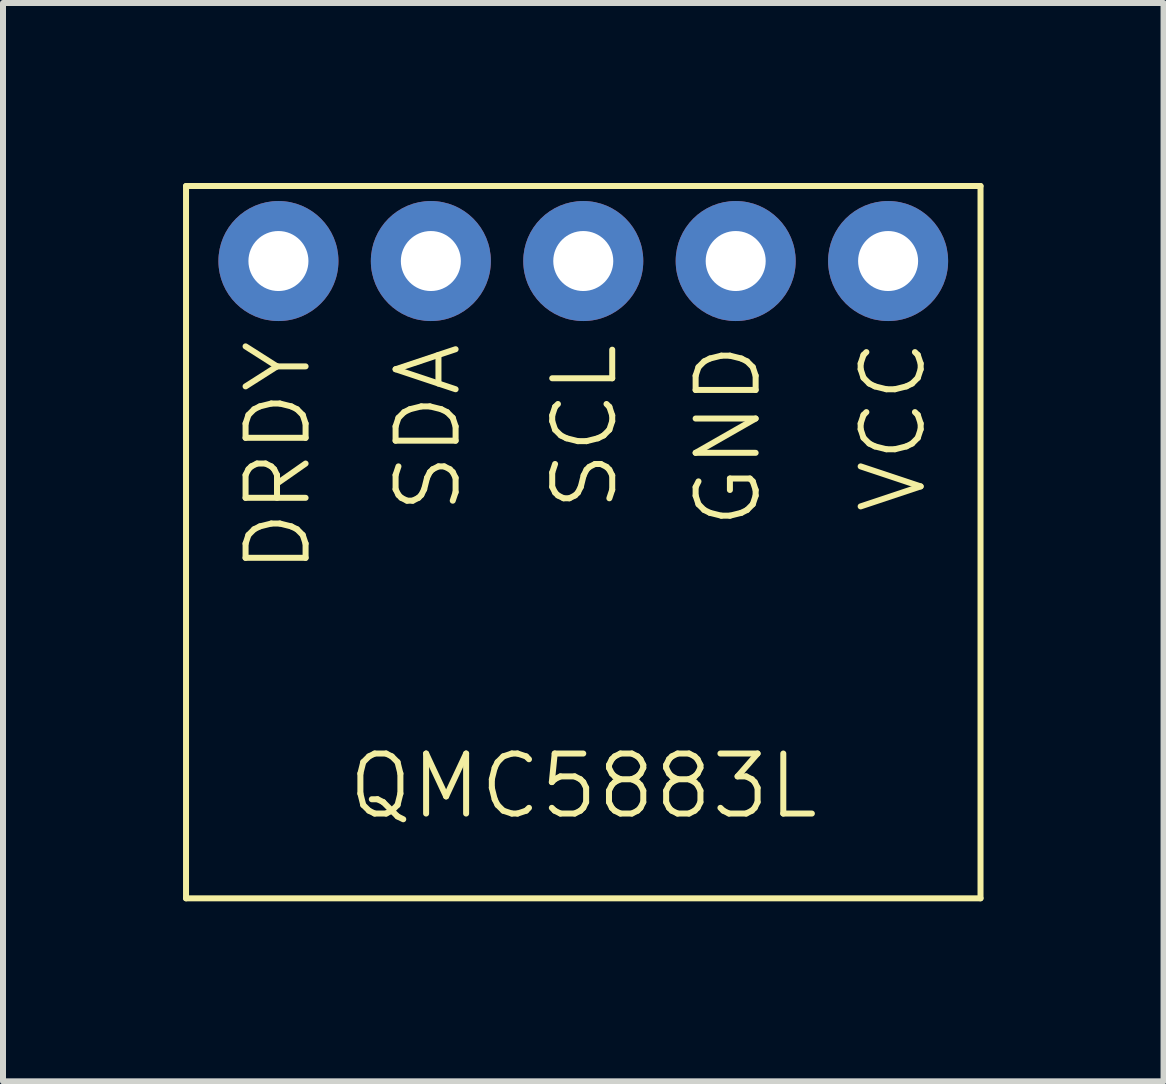
<source format=kicad_pcb>
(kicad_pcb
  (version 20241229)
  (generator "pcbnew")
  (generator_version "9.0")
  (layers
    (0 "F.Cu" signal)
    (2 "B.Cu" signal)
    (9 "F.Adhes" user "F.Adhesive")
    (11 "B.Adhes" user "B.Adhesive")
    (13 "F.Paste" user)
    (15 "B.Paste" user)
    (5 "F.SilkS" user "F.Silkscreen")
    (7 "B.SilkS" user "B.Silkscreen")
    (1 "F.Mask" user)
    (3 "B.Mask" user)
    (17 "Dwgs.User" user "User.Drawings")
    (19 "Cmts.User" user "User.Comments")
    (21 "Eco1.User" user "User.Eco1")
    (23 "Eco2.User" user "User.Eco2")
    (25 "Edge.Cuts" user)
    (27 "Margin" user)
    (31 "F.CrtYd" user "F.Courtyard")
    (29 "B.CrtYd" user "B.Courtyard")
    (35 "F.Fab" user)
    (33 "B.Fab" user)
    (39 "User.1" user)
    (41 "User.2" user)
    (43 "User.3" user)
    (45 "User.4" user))
  (footprint "QMC5883L"
    (layer "F.Cu")
    (at 6.67 6.3)
    (property "Reference" "QMC5883L" (at 0 3.75 0) (unlocked yes) (layer "F.SilkS") (effects (font (size 1 1) (thickness 0.1))))
    (attr smd)
    (fp_line (start -6.62 -6.25) (end 6.62 -6.25) (stroke (width 0.1) (type default)) (layer "F.SilkS"))
    (fp_line (start -6.62 5.62) (end -6.62 -6.25) (stroke (width 0.1) (type default)) (layer "F.SilkS"))
    (fp_line (start 6.62 -6.25) (end 6.62 5.62) (stroke (width 0.1) (type default)) (layer "F.SilkS"))
    (fp_line (start 6.62 5.62) (end -6.62 5.62) (stroke (width 0.1) (type default)) (layer "F.SilkS"))
    (fp_text user "GND" (at 3 -0.5 90) (unlocked yes) (layer "F.SilkS") (effects (font (size 1 1) (thickness 0.1)) (justify left bottom)))
    (fp_text user "VCC" (at 5.75 -0.75 90) (unlocked yes) (layer "F.SilkS") (effects (font (size 1 1) (thickness 0.1)) (justify left bottom)))
    (fp_text user "SCL" (at 0.61 -0.79 90) (unlocked yes) (layer "F.SilkS") (effects (font (size 1 1) (thickness 0.1)) (justify left bottom)))
    (fp_text user "SDA" (at -2 -0.75 90) (unlocked yes) (layer "F.SilkS") (effects (font (size 1 1) (thickness 0.1)) (justify left bottom)))
    (fp_text user "DRDY" (at -4.5 0.25 90) (unlocked yes) (layer "F.SilkS") (effects (font (size 1 1) (thickness 0.1)) (justify left bottom)))
    (pad "1" thru_hole circle (at 0 -5) (size 2 2) (drill 1) (layers "*.Cu" "*.Mask"))
    (pad "2" thru_hole circle (at 2.54 -5) (size 2 2) (drill 1) (layers "*.Cu" "*.Mask"))
    (pad "3" thru_hole circle (at 5.08 -5) (size 2 2) (drill 1) (layers "*.Cu" "*.Mask"))
    (pad "4" thru_hole circle (at -2.54 -5) (size 2 2) (drill 1) (layers "*.Cu" "*.Mask"))
    (pad "5" thru_hole circle (at -5.08 -5) (size 2 2) (drill 1) (layers "*.Cu" "*.Mask"))
    (zone (net_name "") (layer "F.SilkS") (hatch edge 0.5) (connect_pads) (min_thickness 0.25) (filled_areas_thickness no) (keepout (tracks allowed) (vias allowed) (pads not_allowed) (copperpour allowed) (footprints not_allowed)) (placement (enabled no)) (fill) (polygon (pts (xy 0.05 0.05) (xy 13.29 0.05) (xy 13.29 11.92) (xy 0.05 11.92)))))
  (gr_rect
    (start -3 -3)
    (end 16.34 14.97)
    (stroke (width 0.1) (type default))
    (fill no)
    (layer "Edge.Cuts")))
</source>
